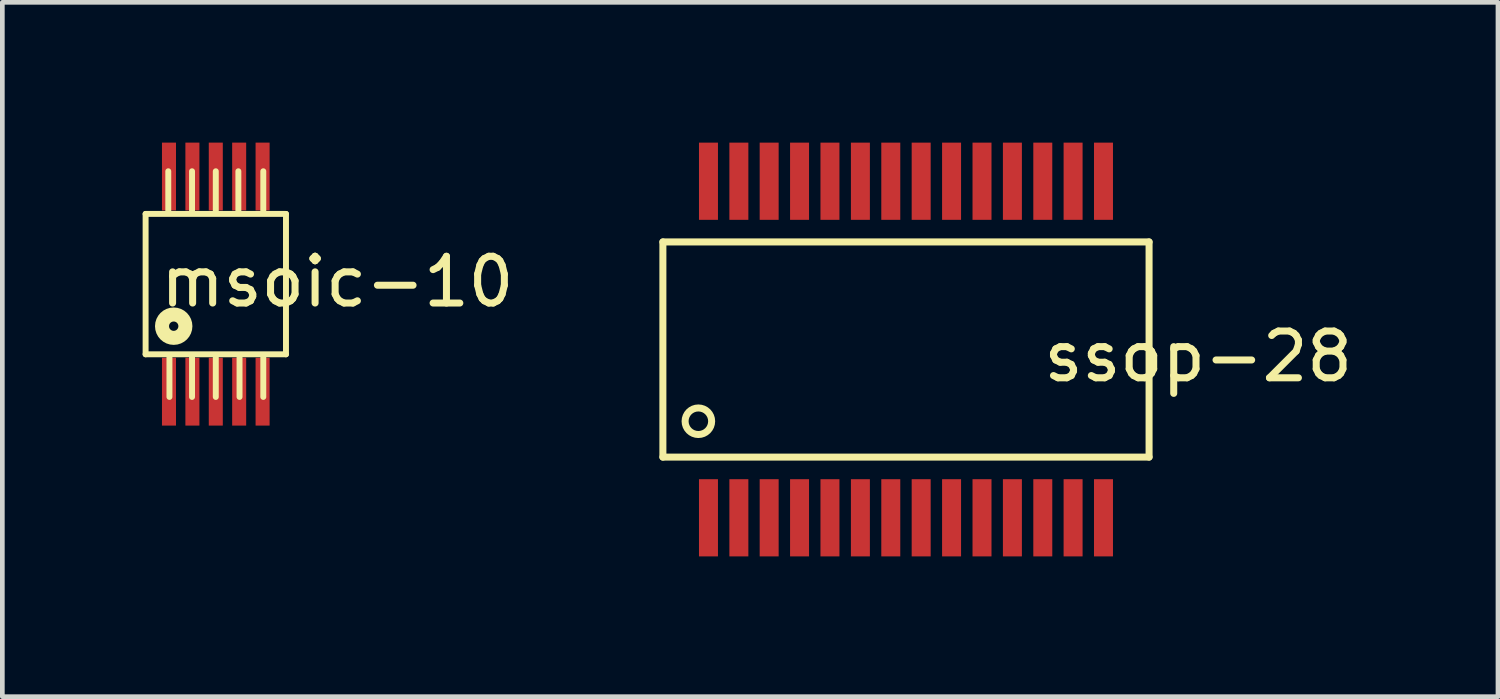
<source format=kicad_pcb>
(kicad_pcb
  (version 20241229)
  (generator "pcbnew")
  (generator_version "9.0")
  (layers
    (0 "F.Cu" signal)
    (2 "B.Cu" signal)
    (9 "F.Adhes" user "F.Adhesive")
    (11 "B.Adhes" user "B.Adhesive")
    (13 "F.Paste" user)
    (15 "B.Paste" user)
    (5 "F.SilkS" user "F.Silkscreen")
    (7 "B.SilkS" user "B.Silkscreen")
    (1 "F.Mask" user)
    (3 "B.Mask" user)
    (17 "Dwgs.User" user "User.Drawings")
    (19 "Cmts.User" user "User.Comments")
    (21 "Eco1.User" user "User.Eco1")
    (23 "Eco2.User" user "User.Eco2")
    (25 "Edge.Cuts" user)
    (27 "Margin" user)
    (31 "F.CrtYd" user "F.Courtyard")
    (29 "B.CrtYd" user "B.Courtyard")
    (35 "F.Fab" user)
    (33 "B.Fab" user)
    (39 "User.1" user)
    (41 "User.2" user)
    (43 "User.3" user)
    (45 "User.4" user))
  (footprint "ssop-28"
    (layer "F.Cu")
    (at 16.326 4.425)
    (property "Reference" "ssop-28" (at 6.25 0.15 0) (layer "F.SilkS") (effects (font (size 1 1) (thickness 0.15))))
    (attr through_hole)
    (fp_line (start -5.199 -2.301) (end 5.199 -2.301) (stroke (width 0.15) (type solid)) (layer "F.SilkS"))
    (fp_line (start -5.199 2.301) (end -5.199 -2.301) (stroke (width 0.15) (type solid)) (layer "F.SilkS"))
    (fp_line (start 5.199 -2.301) (end 5.199 2.301) (stroke (width 0.15) (type solid)) (layer "F.SilkS"))
    (fp_line (start 5.199 2.301) (end -5.199 2.301) (stroke (width 0.15) (type solid)) (layer "F.SilkS"))
    (fp_circle (center -4.44 1.534) (end -4.567 1.788) (stroke (width 0.15) (type solid)) (fill no) (layer "F.SilkS"))
    (pad "1" smd rect (at -4.224 3.599) (size 0.406 1.651) (layers "F.Cu" "F.Mask" "F.Paste"))
    (pad "2" smd rect (at -3.574 3.599) (size 0.406 1.651) (layers "F.Cu" "F.Mask" "F.Paste"))
    (pad "3" smd rect (at -2.926 3.599) (size 0.406 1.651) (layers "F.Cu" "F.Mask" "F.Paste"))
    (pad "4" smd rect (at -2.276 3.599) (size 0.406 1.651) (layers "F.Cu" "F.Mask" "F.Paste"))
    (pad "5" smd rect (at -1.626 3.599) (size 0.406 1.651) (layers "F.Cu" "F.Mask" "F.Paste"))
    (pad "6" smd rect (at -0.975 3.599) (size 0.406 1.651) (layers "F.Cu" "F.Mask" "F.Paste"))
    (pad "7" smd rect (at -0.325 3.599) (size 0.406 1.651) (layers "F.Cu" "F.Mask" "F.Paste"))
    (pad "8" smd rect (at 0.325 3.599) (size 0.406 1.651) (layers "F.Cu" "F.Mask" "F.Paste"))
    (pad "9" smd rect (at 0.975 3.599) (size 0.406 1.651) (layers "F.Cu" "F.Mask" "F.Paste"))
    (pad "10" smd rect (at 1.626 3.599) (size 0.406 1.651) (layers "F.Cu" "F.Mask" "F.Paste"))
    (pad "11" smd rect (at 2.276 3.599) (size 0.406 1.651) (layers "F.Cu" "F.Mask" "F.Paste"))
    (pad "12" smd rect (at 2.926 3.599) (size 0.406 1.651) (layers "F.Cu" "F.Mask" "F.Paste"))
    (pad "13" smd rect (at 3.574 3.599) (size 0.406 1.651) (layers "F.Cu" "F.Mask" "F.Paste"))
    (pad "14" smd rect (at 4.224 3.599) (size 0.406 1.651) (layers "F.Cu" "F.Mask" "F.Paste"))
    (pad "15" smd rect (at 4.224 -3.599) (size 0.406 1.651) (layers "F.Cu" "F.Mask" "F.Paste"))
    (pad "16" smd rect (at 3.574 -3.599) (size 0.406 1.651) (layers "F.Cu" "F.Mask" "F.Paste"))
    (pad "17" smd rect (at 2.926 -3.599) (size 0.406 1.651) (layers "F.Cu" "F.Mask" "F.Paste"))
    (pad "18" smd rect (at 2.276 -3.599) (size 0.406 1.651) (layers "F.Cu" "F.Mask" "F.Paste"))
    (pad "19" smd rect (at 1.626 -3.599) (size 0.406 1.651) (layers "F.Cu" "F.Mask" "F.Paste"))
    (pad "20" smd rect (at 0.975 -3.599) (size 0.406 1.651) (layers "F.Cu" "F.Mask" "F.Paste"))
    (pad "21" smd rect (at 0.325 -3.599) (size 0.406 1.651) (layers "F.Cu" "F.Mask" "F.Paste"))
    (pad "22" smd rect (at -0.325 -3.599) (size 0.406 1.651) (layers "F.Cu" "F.Mask" "F.Paste"))
    (pad "23" smd rect (at -0.975 -3.599) (size 0.406 1.651) (layers "F.Cu" "F.Mask" "F.Paste"))
    (pad "24" smd rect (at -1.626 -3.599) (size 0.406 1.651) (layers "F.Cu" "F.Mask" "F.Paste"))
    (pad "25" smd rect (at -2.276 -3.599) (size 0.406 1.651) (layers "F.Cu" "F.Mask" "F.Paste"))
    (pad "26" smd rect (at -2.926 -3.599) (size 0.406 1.651) (layers "F.Cu" "F.Mask" "F.Paste"))
    (pad "27" smd rect (at -3.574 -3.599) (size 0.406 1.651) (layers "F.Cu" "F.Mask" "F.Paste"))
    (pad "28" smd rect (at -4.224 -3.599) (size 0.406 1.651) (layers "F.Cu" "F.Mask" "F.Paste")))
  (footprint "msoic-10"
    (layer "F.Cu")
    (at 1.565 3.026)
    (property "Reference" "msoic-10" (at 2.6 -0.05 0) (layer "F.SilkS") (effects (font (size 1 1) (thickness 0.15))))
    (attr through_hole)
    (fp_line (start -1.501 -1.501) (end -1.501 1.501) (stroke (width 0.127) (type solid)) (layer "F.SilkS"))
    (fp_line (start -1.501 1.501) (end 1.501 1.501) (stroke (width 0.127) (type solid)) (layer "F.SilkS"))
    (fp_line (start -1.016 -2.413) (end -1.016 -1.524) (stroke (width 0.127) (type solid)) (layer "F.SilkS"))
    (fp_line (start -0.991 2.413) (end -0.991 1.524) (stroke (width 0.127) (type solid)) (layer "F.SilkS"))
    (fp_line (start -0.508 -2.413) (end -0.508 -1.524) (stroke (width 0.127) (type solid)) (layer "F.SilkS"))
    (fp_line (start -0.508 2.413) (end -0.508 1.524) (stroke (width 0.127) (type solid)) (layer "F.SilkS"))
    (fp_line (start 0 -2.413) (end 0 -1.524) (stroke (width 0.127) (type solid)) (layer "F.SilkS"))
    (fp_line (start 0 2.413) (end 0 1.524) (stroke (width 0.127) (type solid)) (layer "F.SilkS"))
    (fp_line (start 0.483 -2.413) (end 0.483 -1.524) (stroke (width 0.127) (type solid)) (layer "F.SilkS"))
    (fp_line (start 0.508 2.413) (end 0.508 1.524) (stroke (width 0.127) (type solid)) (layer "F.SilkS"))
    (fp_line (start 1.016 -2.413) (end 1.016 -1.524) (stroke (width 0.127) (type solid)) (layer "F.SilkS"))
    (fp_line (start 1.016 2.413) (end 1.016 1.524) (stroke (width 0.127) (type solid)) (layer "F.SilkS"))
    (fp_line (start 1.501 -1.501) (end -1.501 -1.501) (stroke (width 0.127) (type solid)) (layer "F.SilkS"))
    (fp_line (start 1.501 1.501) (end 1.501 -1.501) (stroke (width 0.127) (type solid)) (layer "F.SilkS"))
    (fp_circle (center -0.9 0.9) (end -1.1 0.9) (stroke (width 0.127) (type solid)) (fill no) (layer "F.SilkS"))
    (fp_circle (center -0.9 0.9) (end -1 0.9) (stroke (width 0.3) (type solid)) (fill no) (layer "F.SilkS"))
    (fp_circle (center -0.899 0.902) (end -1.1 1.1) (stroke (width 0.127) (type solid)) (fill no) (layer "F.SilkS"))
    (pad "1" smd rect (at -1.001 2.301) (size 0.3 1.45) (layers "F.Cu" "F.Mask" "F.Paste"))
    (pad "2" smd rect (at -0.5 2.301) (size 0.3 1.45) (layers "F.Cu" "F.Mask" "F.Paste"))
    (pad "3" smd rect (at 0 2.301) (size 0.3 1.45) (layers "F.Cu" "F.Mask" "F.Paste"))
    (pad "4" smd rect (at 0.5 2.301) (size 0.3 1.45) (layers "F.Cu" "F.Mask" "F.Paste"))
    (pad "5" smd rect (at 1.001 2.301) (size 0.3 1.45) (layers "F.Cu" "F.Mask" "F.Paste"))
    (pad "6" smd rect (at 1.001 -2.301) (size 0.3 1.45) (layers "F.Cu" "F.Mask" "F.Paste"))
    (pad "7" smd rect (at 0.5 -2.301) (size 0.3 1.45) (layers "F.Cu" "F.Mask" "F.Paste"))
    (pad "8" smd rect (at 0 -2.301) (size 0.3 1.45) (layers "F.Cu" "F.Mask" "F.Paste"))
    (pad "9" smd rect (at -0.5 -2.301) (size 0.3 1.45) (layers "F.Cu" "F.Mask" "F.Paste"))
    (pad "10" smd rect (at -1.001 -2.301) (size 0.3 1.45) (layers "F.Cu" "F.Mask" "F.Paste")))
  (gr_rect
    (start -3 -3)
    (end 28.987 11.849)
    (stroke (width 0.1) (type default))
    (fill no)
    (layer "Edge.Cuts")))
</source>
